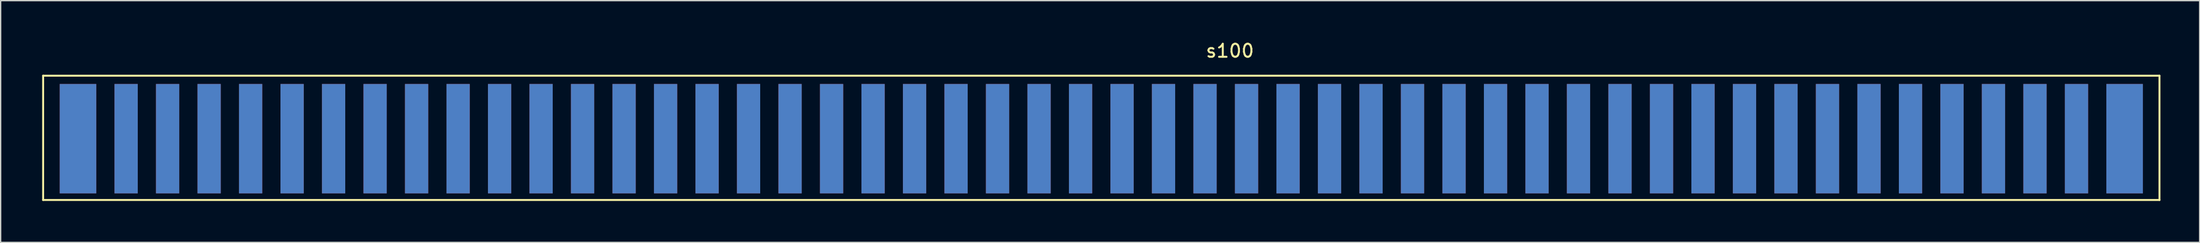
<source format=kicad_pcb>
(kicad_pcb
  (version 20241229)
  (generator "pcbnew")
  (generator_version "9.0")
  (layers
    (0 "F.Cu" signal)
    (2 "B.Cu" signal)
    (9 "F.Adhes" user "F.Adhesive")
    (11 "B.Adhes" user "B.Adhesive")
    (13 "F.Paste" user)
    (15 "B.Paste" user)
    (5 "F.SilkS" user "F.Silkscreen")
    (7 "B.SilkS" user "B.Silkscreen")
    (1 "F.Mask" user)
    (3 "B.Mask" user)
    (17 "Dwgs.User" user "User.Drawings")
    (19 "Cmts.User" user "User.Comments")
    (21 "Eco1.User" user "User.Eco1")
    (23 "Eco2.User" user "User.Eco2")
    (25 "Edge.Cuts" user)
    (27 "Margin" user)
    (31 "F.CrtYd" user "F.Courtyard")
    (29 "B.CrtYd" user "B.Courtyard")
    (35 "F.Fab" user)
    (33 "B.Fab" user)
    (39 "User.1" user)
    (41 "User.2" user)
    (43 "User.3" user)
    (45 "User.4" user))
  (footprint "s100"
    (layer "F.Cu")
    (at 0.25 12.278)
    (property "Reference" "s100" (at 90.805 -11.43 0) (layer "F.SilkS") (effects (font (size 1 1) (thickness 0.15))))
    (attr through_hole)
    (fp_line (start 0 -9.525) (end 161.925 -9.525) (stroke (width 0.15) (type solid)) (layer "F.SilkS"))
    (fp_line (start 0 0) (end 0 -9.525) (stroke (width 0.15) (type solid)) (layer "F.SilkS"))
    (fp_line (start 161.925 -9.525) (end 161.925 0) (stroke (width 0.15) (type solid)) (layer "F.SilkS"))
    (fp_line (start 161.925 0) (end 0 0) (stroke (width 0.15) (type solid)) (layer "F.SilkS"))
    (pad "1" connect rect (at 2.667 -4.699) (size 2.794 8.382) (layers "F.Cu" "F.Mask"))
    (pad "2" connect rect (at 6.35 -4.699) (size 1.778 8.382) (layers "F.Cu" "F.Mask"))
    (pad "3" connect rect (at 9.525 -4.699) (size 1.778 8.382) (layers "F.Cu" "F.Mask"))
    (pad "4" connect rect (at 12.7 -4.699) (size 1.778 8.382) (layers "F.Cu" "F.Mask"))
    (pad "5" connect rect (at 15.875 -4.699) (size 1.778 8.382) (layers "F.Cu" "F.Mask"))
    (pad "6" connect rect (at 19.05 -4.699) (size 1.778 8.382) (layers "F.Cu" "F.Mask"))
    (pad "7" connect rect (at 22.225 -4.699) (size 1.778 8.382) (layers "F.Cu" "F.Mask"))
    (pad "8" connect rect (at 25.4 -4.699) (size 1.778 8.382) (layers "F.Cu" "F.Mask"))
    (pad "9" connect rect (at 28.575 -4.699) (size 1.778 8.382) (layers "F.Cu" "F.Mask"))
    (pad "10" connect rect (at 31.75 -4.699) (size 1.778 8.382) (layers "F.Cu" "F.Mask"))
    (pad "11" connect rect (at 34.925 -4.699) (size 1.778 8.382) (layers "F.Cu" "F.Mask"))
    (pad "12" connect rect (at 38.1 -4.699) (size 1.778 8.382) (layers "F.Cu" "F.Mask"))
    (pad "13" connect rect (at 41.275 -4.699) (size 1.778 8.382) (layers "F.Cu" "F.Mask"))
    (pad "14" connect rect (at 44.45 -4.699) (size 1.778 8.382) (layers "F.Cu" "F.Mask"))
    (pad "15" connect rect (at 47.625 -4.699) (size 1.778 8.382) (layers "F.Cu" "F.Mask"))
    (pad "16" connect rect (at 50.8 -4.699) (size 1.778 8.382) (layers "F.Cu" "F.Mask"))
    (pad "17" connect rect (at 53.975 -4.699) (size 1.778 8.382) (layers "F.Cu" "F.Mask"))
    (pad "18" connect rect (at 57.15 -4.699) (size 1.778 8.382) (layers "F.Cu" "F.Mask"))
    (pad "19" connect rect (at 60.325 -4.699) (size 1.778 8.382) (layers "F.Cu" "F.Mask"))
    (pad "20" connect rect (at 63.5 -4.699) (size 1.778 8.382) (layers "F.Cu" "F.Mask"))
    (pad "21" connect rect (at 66.675 -4.699) (size 1.778 8.382) (layers "F.Cu" "F.Mask"))
    (pad "22" connect rect (at 69.85 -4.699) (size 1.778 8.382) (layers "F.Cu" "F.Mask"))
    (pad "23" connect rect (at 73.025 -4.699) (size 1.778 8.382) (layers "F.Cu" "F.Mask"))
    (pad "24" connect rect (at 76.2 -4.699) (size 1.778 8.382) (layers "F.Cu" "F.Mask"))
    (pad "25" connect rect (at 79.375 -4.699) (size 1.778 8.382) (layers "F.Cu" "F.Mask"))
    (pad "26" connect rect (at 82.55 -4.699) (size 1.778 8.382) (layers "F.Cu" "F.Mask"))
    (pad "27" connect rect (at 85.725 -4.699) (size 1.778 8.382) (layers "F.Cu" "F.Mask"))
    (pad "28" connect rect (at 88.9 -4.699) (size 1.778 8.382) (layers "F.Cu" "F.Mask"))
    (pad "29" connect rect (at 92.075 -4.699) (size 1.778 8.382) (layers "F.Cu" "F.Mask"))
    (pad "30" connect rect (at 95.25 -4.699) (size 1.778 8.382) (layers "F.Cu" "F.Mask"))
    (pad "31" connect rect (at 98.425 -4.699) (size 1.778 8.382) (layers "F.Cu" "F.Mask"))
    (pad "32" connect rect (at 101.6 -4.699) (size 1.778 8.382) (layers "F.Cu" "F.Mask"))
    (pad "33" connect rect (at 104.775 -4.699) (size 1.778 8.382) (layers "F.Cu" "F.Mask"))
    (pad "34" connect rect (at 107.95 -4.699) (size 1.778 8.382) (layers "F.Cu" "F.Mask"))
    (pad "35" connect rect (at 111.125 -4.699) (size 1.778 8.382) (layers "F.Cu" "F.Mask"))
    (pad "36" connect rect (at 114.3 -4.699) (size 1.778 8.382) (layers "F.Cu" "F.Mask"))
    (pad "37" connect rect (at 117.475 -4.699) (size 1.778 8.382) (layers "F.Cu" "F.Mask"))
    (pad "38" connect rect (at 120.65 -4.699) (size 1.778 8.382) (layers "F.Cu" "F.Mask"))
    (pad "39" connect rect (at 123.825 -4.699) (size 1.778 8.382) (layers "F.Cu" "F.Mask"))
    (pad "40" connect rect (at 127 -4.699) (size 1.778 8.382) (layers "F.Cu" "F.Mask"))
    (pad "41" connect rect (at 130.175 -4.699) (size 1.778 8.382) (layers "F.Cu" "F.Mask"))
    (pad "42" connect rect (at 133.35 -4.699) (size 1.778 8.382) (layers "F.Cu" "F.Mask"))
    (pad "43" connect rect (at 136.525 -4.699) (size 1.778 8.382) (layers "F.Cu" "F.Mask"))
    (pad "44" connect rect (at 139.7 -4.699) (size 1.778 8.382) (layers "F.Cu" "F.Mask"))
    (pad "45" connect rect (at 142.875 -4.699) (size 1.778 8.382) (layers "F.Cu" "F.Mask"))
    (pad "46" connect rect (at 146.05 -4.699) (size 1.778 8.382) (layers "F.Cu" "F.Mask"))
    (pad "47" connect rect (at 149.225 -4.699) (size 1.778 8.382) (layers "F.Cu" "F.Mask"))
    (pad "48" connect rect (at 152.4 -4.699) (size 1.778 8.382) (layers "F.Cu" "F.Mask"))
    (pad "49" connect rect (at 155.575 -4.699) (size 1.778 8.382) (layers "F.Cu" "F.Mask"))
    (pad "50" connect rect (at 159.258 -4.699) (size 2.794 8.382) (layers "F.Cu" "F.Mask"))
    (pad "51" connect rect (at 2.667 -4.699) (size 2.794 8.382) (layers "B.Cu" "B.Mask"))
    (pad "52" connect rect (at 6.35 -4.699) (size 1.778 8.382) (layers "B.Cu" "B.Mask"))
    (pad "53" connect rect (at 9.525 -4.699) (size 1.778 8.382) (layers "B.Cu" "B.Mask"))
    (pad "54" connect rect (at 12.7 -4.699) (size 1.778 8.382) (layers "B.Cu" "B.Mask"))
    (pad "55" connect rect (at 15.875 -4.699) (size 1.778 8.382) (layers "B.Cu" "B.Mask"))
    (pad "56" connect rect (at 19.05 -4.699) (size 1.778 8.382) (layers "B.Cu" "B.Mask"))
    (pad "57" connect rect (at 22.225 -4.699) (size 1.778 8.382) (layers "B.Cu" "B.Mask"))
    (pad "58" connect rect (at 25.4 -4.699) (size 1.778 8.382) (layers "B.Cu" "B.Mask"))
    (pad "59" connect rect (at 28.575 -4.699) (size 1.778 8.382) (layers "B.Cu" "B.Mask"))
    (pad "60" connect rect (at 31.75 -4.699) (size 1.778 8.382) (layers "B.Cu" "B.Mask"))
    (pad "61" connect rect (at 34.925 -4.699) (size 1.778 8.382) (layers "B.Cu" "B.Mask"))
    (pad "62" connect rect (at 38.1 -4.699) (size 1.778 8.382) (layers "B.Cu" "B.Mask"))
    (pad "63" connect rect (at 41.275 -4.699) (size 1.778 8.382) (layers "B.Cu" "B.Mask"))
    (pad "64" connect rect (at 44.45 -4.699) (size 1.778 8.382) (layers "B.Cu" "B.Mask"))
    (pad "65" connect rect (at 47.625 -4.699) (size 1.778 8.382) (layers "B.Cu" "B.Mask"))
    (pad "66" connect rect (at 50.8 -4.699) (size 1.778 8.382) (layers "B.Cu" "B.Mask"))
    (pad "67" connect rect (at 53.975 -4.699) (size 1.778 8.382) (layers "B.Cu" "B.Mask"))
    (pad "68" connect rect (at 57.15 -4.699) (size 1.778 8.382) (layers "B.Cu" "B.Mask"))
    (pad "69" connect rect (at 60.325 -4.699) (size 1.778 8.382) (layers "B.Cu" "B.Mask"))
    (pad "70" connect rect (at 63.5 -4.699) (size 1.778 8.382) (layers "B.Cu" "B.Mask"))
    (pad "71" connect rect (at 66.675 -4.699) (size 1.778 8.382) (layers "B.Cu" "B.Mask"))
    (pad "72" connect rect (at 69.85 -4.699) (size 1.778 8.382) (layers "B.Cu" "B.Mask"))
    (pad "73" connect rect (at 73.025 -4.699) (size 1.778 8.382) (layers "B.Cu" "B.Mask"))
    (pad "74" connect rect (at 76.2 -4.699) (size 1.778 8.382) (layers "B.Cu" "B.Mask"))
    (pad "75" connect rect (at 79.375 -4.699) (size 1.778 8.382) (layers "B.Cu" "B.Mask"))
    (pad "76" connect rect (at 82.55 -4.699) (size 1.778 8.382) (layers "B.Cu" "B.Mask"))
    (pad "77" connect rect (at 85.725 -4.699) (size 1.778 8.382) (layers "B.Cu" "B.Mask"))
    (pad "78" connect rect (at 88.9 -4.699) (size 1.778 8.382) (layers "B.Cu" "B.Mask"))
    (pad "79" connect rect (at 92.075 -4.699) (size 1.778 8.382) (layers "B.Cu" "B.Mask"))
    (pad "80" connect rect (at 95.25 -4.699) (size 1.778 8.382) (layers "B.Cu" "B.Mask"))
    (pad "81" connect rect (at 98.425 -4.699) (size 1.778 8.382) (layers "B.Cu" "B.Mask"))
    (pad "82" connect rect (at 101.6 -4.699) (size 1.778 8.382) (layers "B.Cu" "B.Mask"))
    (pad "83" connect rect (at 104.775 -4.699) (size 1.778 8.382) (layers "B.Cu" "B.Mask"))
    (pad "84" connect rect (at 107.95 -4.699) (size 1.778 8.382) (layers "B.Cu" "B.Mask"))
    (pad "85" connect rect (at 111.125 -4.699) (size 1.778 8.382) (layers "B.Cu" "B.Mask"))
    (pad "86" connect rect (at 114.3 -4.699) (size 1.778 8.382) (layers "B.Cu" "B.Mask"))
    (pad "87" connect rect (at 117.475 -4.699) (size 1.778 8.382) (layers "B.Cu" "B.Mask"))
    (pad "88" connect rect (at 120.65 -4.699) (size 1.778 8.382) (layers "B.Cu" "B.Mask"))
    (pad "89" connect rect (at 123.825 -4.699) (size 1.778 8.382) (layers "B.Cu" "B.Mask"))
    (pad "90" connect rect (at 127 -4.699) (size 1.778 8.382) (layers "B.Cu" "B.Mask"))
    (pad "91" connect rect (at 130.175 -4.699) (size 1.778 8.382) (layers "B.Cu" "B.Mask"))
    (pad "92" connect rect (at 133.35 -4.699) (size 1.778 8.382) (layers "B.Cu" "B.Mask"))
    (pad "93" connect rect (at 136.525 -4.699) (size 1.778 8.382) (layers "B.Cu" "B.Mask"))
    (pad "94" connect rect (at 139.7 -4.699) (size 1.778 8.382) (layers "B.Cu" "B.Mask"))
    (pad "95" connect rect (at 142.875 -4.699) (size 1.778 8.382) (layers "B.Cu" "B.Mask"))
    (pad "96" connect rect (at 146.05 -4.699) (size 1.778 8.382) (layers "B.Cu" "B.Mask"))
    (pad "97" connect rect (at 149.225 -4.699) (size 1.778 8.382) (layers "B.Cu" "B.Mask"))
    (pad "98" connect rect (at 152.4 -4.699) (size 1.778 8.382) (layers "B.Cu" "B.Mask"))
    (pad "99" connect rect (at 155.575 -4.699) (size 1.778 8.382) (layers "B.Cu" "B.Mask"))
    (pad "100" connect rect (at 159.258 -4.699) (size 2.794 8.382) (layers "B.Cu" "B.Mask")))
  (gr_rect
    (start -3 -3)
    (end 165.25 15.528)
    (stroke (width 0.1) (type default))
    (fill no)
    (layer "Edge.Cuts")))
</source>
